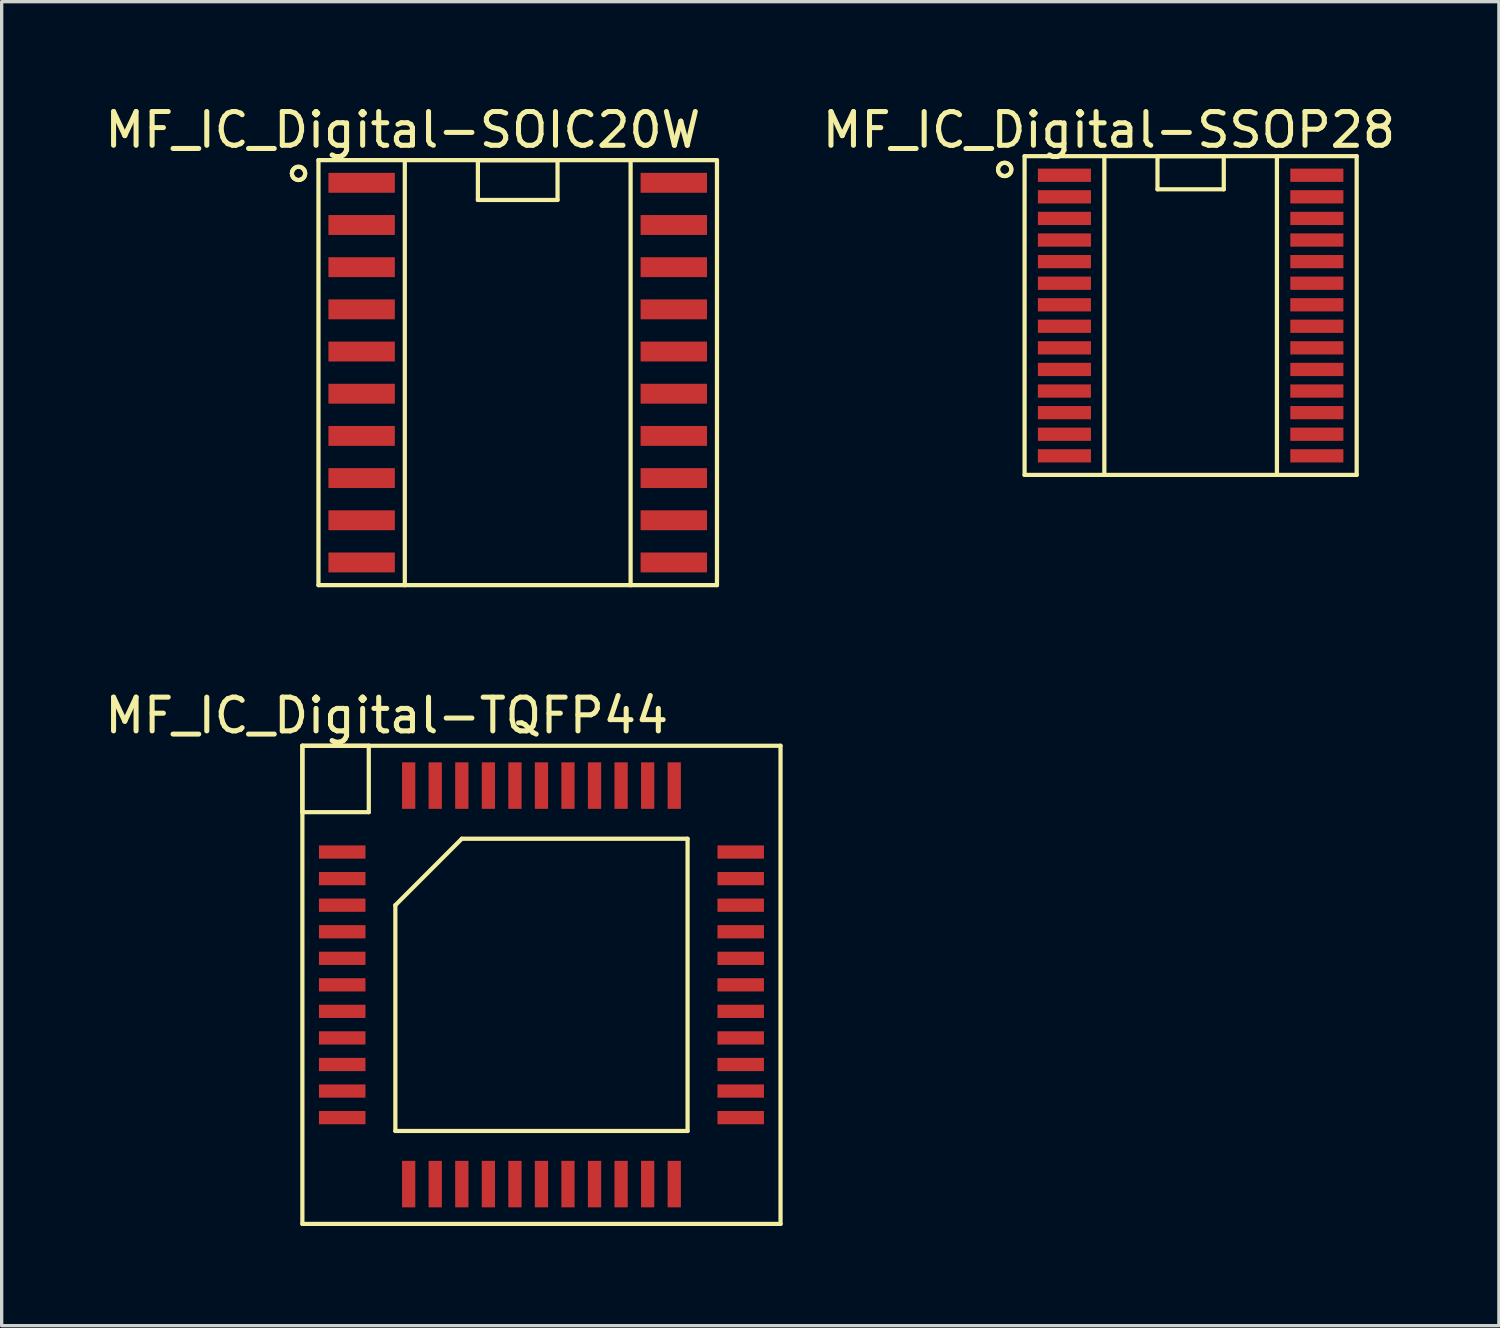
<source format=kicad_pcb>
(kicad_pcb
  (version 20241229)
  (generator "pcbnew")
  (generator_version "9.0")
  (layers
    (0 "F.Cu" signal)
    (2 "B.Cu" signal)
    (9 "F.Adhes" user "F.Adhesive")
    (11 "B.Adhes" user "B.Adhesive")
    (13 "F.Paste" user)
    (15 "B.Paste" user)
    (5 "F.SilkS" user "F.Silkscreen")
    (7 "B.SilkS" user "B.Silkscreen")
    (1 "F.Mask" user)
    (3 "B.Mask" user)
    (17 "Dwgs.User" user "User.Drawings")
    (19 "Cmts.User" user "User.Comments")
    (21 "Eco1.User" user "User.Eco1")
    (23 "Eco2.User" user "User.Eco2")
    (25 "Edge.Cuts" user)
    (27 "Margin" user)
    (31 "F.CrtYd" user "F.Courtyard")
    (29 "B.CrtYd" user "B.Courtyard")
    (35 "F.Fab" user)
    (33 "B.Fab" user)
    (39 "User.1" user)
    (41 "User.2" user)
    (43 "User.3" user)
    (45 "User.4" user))
  (footprint "MF_IC_Digital-SSOP28"
    (layer "F.Cu")
    (at 32.797 6.45)
    (property "Reference" "MF_IC_Digital-SSOP28" (at -2.459 -5.588 0) (layer "F.SilkS") (effects (font (size 1.016 1.016) (thickness 0.152))))
    (attr smd)
    (fp_line (start -5.799 -4.399) (end -5.791 -4.45) (stroke (width 0.127) (type solid)) (layer "F.SilkS"))
    (fp_line (start -5.791 -4.45) (end -5.771 -4.498) (stroke (width 0.127) (type solid)) (layer "F.SilkS"))
    (fp_line (start -5.791 -4.346) (end -5.799 -4.399) (stroke (width 0.127) (type solid)) (layer "F.SilkS"))
    (fp_line (start -5.771 -4.498) (end -5.74 -4.539) (stroke (width 0.127) (type solid)) (layer "F.SilkS"))
    (fp_line (start -5.771 -4.298) (end -5.791 -4.346) (stroke (width 0.127) (type solid)) (layer "F.SilkS"))
    (fp_line (start -5.74 -4.539) (end -5.7 -4.572) (stroke (width 0.127) (type solid)) (layer "F.SilkS"))
    (fp_line (start -5.74 -4.257) (end -5.771 -4.298) (stroke (width 0.127) (type solid)) (layer "F.SilkS"))
    (fp_line (start -5.7 -4.572) (end -5.652 -4.592) (stroke (width 0.127) (type solid)) (layer "F.SilkS"))
    (fp_line (start -5.7 -4.227) (end -5.74 -4.257) (stroke (width 0.127) (type solid)) (layer "F.SilkS"))
    (fp_line (start -5.652 -4.592) (end -5.598 -4.6) (stroke (width 0.127) (type solid)) (layer "F.SilkS"))
    (fp_line (start -5.652 -4.206) (end -5.7 -4.227) (stroke (width 0.127) (type solid)) (layer "F.SilkS"))
    (fp_line (start -5.598 -4.6) (end -5.547 -4.592) (stroke (width 0.127) (type solid)) (layer "F.SilkS"))
    (fp_line (start -5.598 -4.199) (end -5.652 -4.206) (stroke (width 0.127) (type solid)) (layer "F.SilkS"))
    (fp_line (start -5.547 -4.592) (end -5.499 -4.572) (stroke (width 0.127) (type solid)) (layer "F.SilkS"))
    (fp_line (start -5.547 -4.206) (end -5.598 -4.199) (stroke (width 0.127) (type solid)) (layer "F.SilkS"))
    (fp_line (start -5.499 -4.572) (end -5.458 -4.539) (stroke (width 0.127) (type solid)) (layer "F.SilkS"))
    (fp_line (start -5.499 -4.227) (end -5.547 -4.206) (stroke (width 0.127) (type solid)) (layer "F.SilkS"))
    (fp_line (start -5.458 -4.539) (end -5.425 -4.498) (stroke (width 0.127) (type solid)) (layer "F.SilkS"))
    (fp_line (start -5.458 -4.257) (end -5.499 -4.227) (stroke (width 0.127) (type solid)) (layer "F.SilkS"))
    (fp_line (start -5.425 -4.498) (end -5.405 -4.45) (stroke (width 0.127) (type solid)) (layer "F.SilkS"))
    (fp_line (start -5.425 -4.298) (end -5.458 -4.257) (stroke (width 0.127) (type solid)) (layer "F.SilkS"))
    (fp_line (start -5.405 -4.45) (end -5.397 -4.399) (stroke (width 0.127) (type solid)) (layer "F.SilkS"))
    (fp_line (start -5.405 -4.346) (end -5.425 -4.298) (stroke (width 0.127) (type solid)) (layer "F.SilkS"))
    (fp_line (start -5.397 -4.399) (end -5.405 -4.346) (stroke (width 0.127) (type solid)) (layer "F.SilkS"))
    (fp_line (start -4.999 -4.798) (end -2.598 -4.798) (stroke (width 0.127) (type solid)) (layer "F.SilkS"))
    (fp_line (start -4.999 4.798) (end -4.999 -4.798) (stroke (width 0.127) (type solid)) (layer "F.SilkS"))
    (fp_line (start -2.598 -4.798) (end -2.598 4.798) (stroke (width 0.127) (type solid)) (layer "F.SilkS"))
    (fp_line (start -2.598 -4.798) (end 2.598 -4.798) (stroke (width 0.127) (type solid)) (layer "F.SilkS"))
    (fp_line (start -2.598 4.798) (end -4.999 4.798) (stroke (width 0.127) (type solid)) (layer "F.SilkS"))
    (fp_line (start -0.998 -4.798) (end -0.998 -3.8) (stroke (width 0.127) (type solid)) (layer "F.SilkS"))
    (fp_line (start -0.998 -3.8) (end 0.998 -3.8) (stroke (width 0.127) (type solid)) (layer "F.SilkS"))
    (fp_line (start 0.998 -4.798) (end -0.998 -4.798) (stroke (width 0.127) (type solid)) (layer "F.SilkS"))
    (fp_line (start 0.998 -3.8) (end 0.998 -4.798) (stroke (width 0.127) (type solid)) (layer "F.SilkS"))
    (fp_line (start 2.598 -4.798) (end 2.598 4.798) (stroke (width 0.127) (type solid)) (layer "F.SilkS"))
    (fp_line (start 2.598 -4.798) (end 4.999 -4.798) (stroke (width 0.127) (type solid)) (layer "F.SilkS"))
    (fp_line (start 2.598 4.798) (end -2.598 4.798) (stroke (width 0.127) (type solid)) (layer "F.SilkS"))
    (fp_line (start 4.999 -4.798) (end 4.999 4.798) (stroke (width 0.127) (type solid)) (layer "F.SilkS"))
    (fp_line (start 4.999 4.798) (end 2.598 4.798) (stroke (width 0.127) (type solid)) (layer "F.SilkS"))
    (pad "1" smd rect (at -3.8 -4.224) (size 1.598 0.399) (layers "F.Cu" "F.Mask" "F.Paste"))
    (pad "2" smd rect (at -3.8 -3.574) (size 1.598 0.399) (layers "F.Cu" "F.Mask" "F.Paste"))
    (pad "3" smd rect (at -3.8 -2.924) (size 1.598 0.399) (layers "F.Cu" "F.Mask" "F.Paste"))
    (pad "4" smd rect (at -3.8 -2.273) (size 1.598 0.399) (layers "F.Cu" "F.Mask" "F.Paste"))
    (pad "5" smd rect (at -3.8 -1.623) (size 1.598 0.399) (layers "F.Cu" "F.Mask" "F.Paste"))
    (pad "6" smd rect (at -3.8 -0.973) (size 1.598 0.399) (layers "F.Cu" "F.Mask" "F.Paste"))
    (pad "7" smd rect (at -3.8 -0.323) (size 1.598 0.399) (layers "F.Cu" "F.Mask" "F.Paste"))
    (pad "8" smd rect (at -3.8 0.323) (size 1.598 0.399) (layers "F.Cu" "F.Mask" "F.Paste"))
    (pad "9" smd rect (at -3.8 0.973) (size 1.598 0.399) (layers "F.Cu" "F.Mask" "F.Paste"))
    (pad "10" smd rect (at -3.8 1.623) (size 1.598 0.399) (layers "F.Cu" "F.Mask" "F.Paste"))
    (pad "11" smd rect (at -3.8 2.273) (size 1.598 0.399) (layers "F.Cu" "F.Mask" "F.Paste"))
    (pad "12" smd rect (at -3.8 2.924) (size 1.598 0.399) (layers "F.Cu" "F.Mask" "F.Paste"))
    (pad "13" smd rect (at -3.8 3.574) (size 1.598 0.399) (layers "F.Cu" "F.Mask" "F.Paste"))
    (pad "14" smd rect (at -3.8 4.224) (size 1.598 0.399) (layers "F.Cu" "F.Mask" "F.Paste"))
    (pad "15" smd rect (at 3.8 4.224 180) (size 1.598 0.399) (layers "F.Cu" "F.Mask" "F.Paste"))
    (pad "16" smd rect (at 3.8 3.574 180) (size 1.598 0.399) (layers "F.Cu" "F.Mask" "F.Paste"))
    (pad "17" smd rect (at 3.8 2.924 180) (size 1.598 0.399) (layers "F.Cu" "F.Mask" "F.Paste"))
    (pad "18" smd rect (at 3.8 2.273 180) (size 1.598 0.399) (layers "F.Cu" "F.Mask" "F.Paste"))
    (pad "19" smd rect (at 3.8 1.623 180) (size 1.598 0.399) (layers "F.Cu" "F.Mask" "F.Paste"))
    (pad "20" smd rect (at 3.8 0.973 180) (size 1.598 0.399) (layers "F.Cu" "F.Mask" "F.Paste"))
    (pad "21" smd rect (at 3.8 0.323 180) (size 1.598 0.399) (layers "F.Cu" "F.Mask" "F.Paste"))
    (pad "22" smd rect (at 3.8 -0.323 180) (size 1.598 0.399) (layers "F.Cu" "F.Mask" "F.Paste"))
    (pad "23" smd rect (at 3.8 -0.973 180) (size 1.598 0.399) (layers "F.Cu" "F.Mask" "F.Paste"))
    (pad "24" smd rect (at 3.8 -1.623 180) (size 1.598 0.399) (layers "F.Cu" "F.Mask" "F.Paste"))
    (pad "25" smd rect (at 3.8 -2.273 180) (size 1.598 0.399) (layers "F.Cu" "F.Mask" "F.Paste"))
    (pad "26" smd rect (at 3.8 -2.924 180) (size 1.598 0.399) (layers "F.Cu" "F.Mask" "F.Paste"))
    (pad "27" smd rect (at 3.8 -3.574 180) (size 1.598 0.399) (layers "F.Cu" "F.Mask" "F.Paste"))
    (pad "28" smd rect (at 3.8 -4.224 180) (size 1.598 0.399) (layers "F.Cu" "F.Mask" "F.Paste")))
  (footprint "MF_IC_Digital-TQFP44"
    (layer "F.Cu")
    (at 13.252 26.601)
    (property "Reference" "MF_IC_Digital-TQFP44" (at -4.658 -8.108 0) (layer "F.SilkS") (effects (font (size 1.016 1.016) (thickness 0.152))))
    (attr smd)
    (fp_line (start -7.198 -7.198) (end -5.199 -7.198) (stroke (width 0.127) (type solid)) (layer "F.SilkS"))
    (fp_line (start -7.198 -7.198) (end 7.198 -7.198) (stroke (width 0.127) (type solid)) (layer "F.SilkS"))
    (fp_line (start -7.198 -5.199) (end -7.198 -7.198) (stroke (width 0.127) (type solid)) (layer "F.SilkS"))
    (fp_line (start -7.198 7.198) (end -7.198 -7.198) (stroke (width 0.127) (type solid)) (layer "F.SilkS"))
    (fp_line (start -5.199 -7.198) (end -5.199 -5.199) (stroke (width 0.127) (type solid)) (layer "F.SilkS"))
    (fp_line (start -5.199 -5.199) (end -7.198 -5.199) (stroke (width 0.127) (type solid)) (layer "F.SilkS"))
    (fp_line (start -4.399 -2.398) (end -4.399 4.399) (stroke (width 0.127) (type solid)) (layer "F.SilkS"))
    (fp_line (start -4.399 4.399) (end 4.399 4.399) (stroke (width 0.127) (type solid)) (layer "F.SilkS"))
    (fp_line (start -2.398 -4.399) (end -4.399 -2.398) (stroke (width 0.127) (type solid)) (layer "F.SilkS"))
    (fp_line (start 4.399 -4.399) (end -2.398 -4.399) (stroke (width 0.127) (type solid)) (layer "F.SilkS"))
    (fp_line (start 4.399 4.399) (end 4.399 -4.399) (stroke (width 0.127) (type solid)) (layer "F.SilkS"))
    (fp_line (start 7.198 -7.198) (end 7.198 7.198) (stroke (width 0.127) (type solid)) (layer "F.SilkS"))
    (fp_line (start 7.198 7.198) (end -7.198 7.198) (stroke (width 0.127) (type solid)) (layer "F.SilkS"))
    (pad "1" smd rect (at -5.999 -3.998) (size 1.4 0.399) (layers "F.Cu" "F.Mask" "F.Paste"))
    (pad "2" smd rect (at -5.999 -3.198) (size 1.4 0.399) (layers "F.Cu" "F.Mask" "F.Paste"))
    (pad "3" smd rect (at -5.999 -2.398) (size 1.4 0.399) (layers "F.Cu" "F.Mask" "F.Paste"))
    (pad "4" smd rect (at -5.999 -1.598) (size 1.4 0.399) (layers "F.Cu" "F.Mask" "F.Paste"))
    (pad "5" smd rect (at -5.999 -0.798) (size 1.4 0.399) (layers "F.Cu" "F.Mask" "F.Paste"))
    (pad "6" smd rect (at -5.999 0) (size 1.4 0.399) (layers "F.Cu" "F.Mask" "F.Paste"))
    (pad "7" smd rect (at -5.999 0.798) (size 1.4 0.399) (layers "F.Cu" "F.Mask" "F.Paste"))
    (pad "8" smd rect (at -5.999 1.598) (size 1.4 0.399) (layers "F.Cu" "F.Mask" "F.Paste"))
    (pad "9" smd rect (at -5.999 2.398) (size 1.4 0.399) (layers "F.Cu" "F.Mask" "F.Paste"))
    (pad "10" smd rect (at -5.999 3.198) (size 1.4 0.399) (layers "F.Cu" "F.Mask" "F.Paste"))
    (pad "11" smd rect (at -5.999 3.998) (size 1.4 0.399) (layers "F.Cu" "F.Mask" "F.Paste"))
    (pad "12" smd rect (at -3.998 5.999 90) (size 1.4 0.399) (layers "F.Cu" "F.Mask" "F.Paste"))
    (pad "13" smd rect (at -3.198 5.999 90) (size 1.4 0.399) (layers "F.Cu" "F.Mask" "F.Paste"))
    (pad "14" smd rect (at -2.398 5.999 90) (size 1.4 0.399) (layers "F.Cu" "F.Mask" "F.Paste"))
    (pad "15" smd rect (at -1.598 5.999 90) (size 1.4 0.399) (layers "F.Cu" "F.Mask" "F.Paste"))
    (pad "16" smd rect (at -0.798 5.999 90) (size 1.4 0.399) (layers "F.Cu" "F.Mask" "F.Paste"))
    (pad "17" smd rect (at 0 5.999 90) (size 1.4 0.399) (layers "F.Cu" "F.Mask" "F.Paste"))
    (pad "18" smd rect (at 0.798 5.999 90) (size 1.4 0.399) (layers "F.Cu" "F.Mask" "F.Paste"))
    (pad "19" smd rect (at 1.598 5.999 90) (size 1.4 0.399) (layers "F.Cu" "F.Mask" "F.Paste"))
    (pad "20" smd rect (at 2.398 5.999 90) (size 1.4 0.399) (layers "F.Cu" "F.Mask" "F.Paste"))
    (pad "21" smd rect (at 3.198 5.999 90) (size 1.4 0.399) (layers "F.Cu" "F.Mask" "F.Paste"))
    (pad "22" smd rect (at 3.998 5.999 90) (size 1.4 0.399) (layers "F.Cu" "F.Mask" "F.Paste"))
    (pad "23" smd rect (at 5.999 3.998 180) (size 1.4 0.399) (layers "F.Cu" "F.Mask" "F.Paste"))
    (pad "24" smd rect (at 5.999 3.198 180) (size 1.4 0.399) (layers "F.Cu" "F.Mask" "F.Paste"))
    (pad "25" smd rect (at 5.999 2.398 180) (size 1.4 0.399) (layers "F.Cu" "F.Mask" "F.Paste"))
    (pad "26" smd rect (at 5.999 1.598 180) (size 1.4 0.399) (layers "F.Cu" "F.Mask" "F.Paste"))
    (pad "27" smd rect (at 5.999 0.798 180) (size 1.4 0.399) (layers "F.Cu" "F.Mask" "F.Paste"))
    (pad "28" smd rect (at 5.999 0 180) (size 1.4 0.399) (layers "F.Cu" "F.Mask" "F.Paste"))
    (pad "29" smd rect (at 5.999 -0.798 180) (size 1.4 0.399) (layers "F.Cu" "F.Mask" "F.Paste"))
    (pad "30" smd rect (at 5.999 -1.598 180) (size 1.4 0.399) (layers "F.Cu" "F.Mask" "F.Paste"))
    (pad "31" smd rect (at 5.999 -2.398 180) (size 1.4 0.399) (layers "F.Cu" "F.Mask" "F.Paste"))
    (pad "32" smd rect (at 5.999 -3.198 180) (size 1.4 0.399) (layers "F.Cu" "F.Mask" "F.Paste"))
    (pad "33" smd rect (at 5.999 -3.998 180) (size 1.4 0.399) (layers "F.Cu" "F.Mask" "F.Paste"))
    (pad "34" smd rect (at 3.998 -5.999 270) (size 1.4 0.399) (layers "F.Cu" "F.Mask" "F.Paste"))
    (pad "35" smd rect (at 3.198 -5.999 270) (size 1.4 0.399) (layers "F.Cu" "F.Mask" "F.Paste"))
    (pad "36" smd rect (at 2.398 -5.999 270) (size 1.4 0.399) (layers "F.Cu" "F.Mask" "F.Paste"))
    (pad "37" smd rect (at 1.598 -5.999 270) (size 1.4 0.399) (layers "F.Cu" "F.Mask" "F.Paste"))
    (pad "38" smd rect (at 0.798 -5.999 270) (size 1.4 0.399) (layers "F.Cu" "F.Mask" "F.Paste"))
    (pad "39" smd rect (at 0 -5.999 270) (size 1.4 0.399) (layers "F.Cu" "F.Mask" "F.Paste"))
    (pad "40" smd rect (at -0.798 -5.999 270) (size 1.4 0.399) (layers "F.Cu" "F.Mask" "F.Paste"))
    (pad "41" smd rect (at -1.598 -5.999 270) (size 1.4 0.399) (layers "F.Cu" "F.Mask" "F.Paste"))
    (pad "42" smd rect (at -2.398 -5.999 270) (size 1.4 0.399) (layers "F.Cu" "F.Mask" "F.Paste"))
    (pad "43" smd rect (at -3.198 -5.999 270) (size 1.4 0.399) (layers "F.Cu" "F.Mask" "F.Paste"))
    (pad "44" smd rect (at -3.998 -5.999 270) (size 1.4 0.399) (layers "F.Cu" "F.Mask" "F.Paste")))
  (footprint "MF_IC_Digital-SOIC20W"
    (layer "F.Cu")
    (at 12.537 8.169)
    (property "Reference" "MF_IC_Digital-SOIC20W" (at -3.459 -7.308 0) (layer "F.SilkS") (effects (font (size 1.016 1.016) (thickness 0.152))))
    (attr smd)
    (fp_line (start -6.8 -5.999) (end -6.792 -6.05) (stroke (width 0.127) (type solid)) (layer "F.SilkS"))
    (fp_line (start -6.792 -6.05) (end -6.772 -6.099) (stroke (width 0.127) (type solid)) (layer "F.SilkS"))
    (fp_line (start -6.792 -5.946) (end -6.8 -5.999) (stroke (width 0.127) (type solid)) (layer "F.SilkS"))
    (fp_line (start -6.772 -6.099) (end -6.741 -6.139) (stroke (width 0.127) (type solid)) (layer "F.SilkS"))
    (fp_line (start -6.772 -5.898) (end -6.792 -5.946) (stroke (width 0.127) (type solid)) (layer "F.SilkS"))
    (fp_line (start -6.741 -6.139) (end -6.698 -6.172) (stroke (width 0.127) (type solid)) (layer "F.SilkS"))
    (fp_line (start -6.741 -5.857) (end -6.772 -5.898) (stroke (width 0.127) (type solid)) (layer "F.SilkS"))
    (fp_line (start -6.698 -6.172) (end -6.65 -6.193) (stroke (width 0.127) (type solid)) (layer "F.SilkS"))
    (fp_line (start -6.698 -5.827) (end -6.741 -5.857) (stroke (width 0.127) (type solid)) (layer "F.SilkS"))
    (fp_line (start -6.65 -6.193) (end -6.599 -6.198) (stroke (width 0.127) (type solid)) (layer "F.SilkS"))
    (fp_line (start -6.65 -5.806) (end -6.698 -5.827) (stroke (width 0.127) (type solid)) (layer "F.SilkS"))
    (fp_line (start -6.599 -6.198) (end -6.548 -6.193) (stroke (width 0.127) (type solid)) (layer "F.SilkS"))
    (fp_line (start -6.599 -5.799) (end -6.65 -5.806) (stroke (width 0.127) (type solid)) (layer "F.SilkS"))
    (fp_line (start -6.548 -6.193) (end -6.5 -6.172) (stroke (width 0.127) (type solid)) (layer "F.SilkS"))
    (fp_line (start -6.548 -5.806) (end -6.599 -5.799) (stroke (width 0.127) (type solid)) (layer "F.SilkS"))
    (fp_line (start -6.5 -6.172) (end -6.457 -6.139) (stroke (width 0.127) (type solid)) (layer "F.SilkS"))
    (fp_line (start -6.5 -5.827) (end -6.548 -5.806) (stroke (width 0.127) (type solid)) (layer "F.SilkS"))
    (fp_line (start -6.457 -6.139) (end -6.426 -6.099) (stroke (width 0.127) (type solid)) (layer "F.SilkS"))
    (fp_line (start -6.457 -5.857) (end -6.5 -5.827) (stroke (width 0.127) (type solid)) (layer "F.SilkS"))
    (fp_line (start -6.426 -6.099) (end -6.406 -6.05) (stroke (width 0.127) (type solid)) (layer "F.SilkS"))
    (fp_line (start -6.426 -5.898) (end -6.457 -5.857) (stroke (width 0.127) (type solid)) (layer "F.SilkS"))
    (fp_line (start -6.406 -6.05) (end -6.398 -5.999) (stroke (width 0.127) (type solid)) (layer "F.SilkS"))
    (fp_line (start -6.406 -5.946) (end -6.426 -5.898) (stroke (width 0.127) (type solid)) (layer "F.SilkS"))
    (fp_line (start -6.398 -5.999) (end -6.406 -5.946) (stroke (width 0.127) (type solid)) (layer "F.SilkS"))
    (fp_line (start -5.999 -6.398) (end -3.399 -6.398) (stroke (width 0.127) (type solid)) (layer "F.SilkS"))
    (fp_line (start -5.999 6.398) (end -5.999 -6.398) (stroke (width 0.127) (type solid)) (layer "F.SilkS"))
    (fp_line (start -3.399 -6.398) (end -3.399 6.398) (stroke (width 0.127) (type solid)) (layer "F.SilkS"))
    (fp_line (start -3.399 -6.398) (end 3.399 -6.398) (stroke (width 0.127) (type solid)) (layer "F.SilkS"))
    (fp_line (start -3.399 6.398) (end -5.999 6.398) (stroke (width 0.127) (type solid)) (layer "F.SilkS"))
    (fp_line (start -1.199 -6.398) (end -1.199 -5.199) (stroke (width 0.127) (type solid)) (layer "F.SilkS"))
    (fp_line (start -1.199 -5.199) (end 1.199 -5.199) (stroke (width 0.127) (type solid)) (layer "F.SilkS"))
    (fp_line (start 1.199 -6.398) (end -1.199 -6.398) (stroke (width 0.127) (type solid)) (layer "F.SilkS"))
    (fp_line (start 1.199 -5.199) (end 1.199 -6.398) (stroke (width 0.127) (type solid)) (layer "F.SilkS"))
    (fp_line (start 3.399 -6.398) (end 3.399 6.398) (stroke (width 0.127) (type solid)) (layer "F.SilkS"))
    (fp_line (start 3.399 -6.398) (end 5.999 -6.398) (stroke (width 0.127) (type solid)) (layer "F.SilkS"))
    (fp_line (start 3.399 6.398) (end -3.399 6.398) (stroke (width 0.127) (type solid)) (layer "F.SilkS"))
    (fp_line (start 5.999 -6.398) (end 5.999 6.398) (stroke (width 0.127) (type solid)) (layer "F.SilkS"))
    (fp_line (start 5.999 6.398) (end 3.399 6.398) (stroke (width 0.127) (type solid)) (layer "F.SilkS"))
    (pad "1" smd rect (at -4.699 -5.715 270) (size 0.599 1.999) (layers "F.Cu" "F.Mask" "F.Paste"))
    (pad "2" smd rect (at -4.699 -4.445 270) (size 0.599 1.999) (layers "F.Cu" "F.Mask" "F.Paste"))
    (pad "3" smd rect (at -4.699 -3.175 270) (size 0.599 1.999) (layers "F.Cu" "F.Mask" "F.Paste"))
    (pad "4" smd rect (at -4.699 -1.905 270) (size 0.599 1.999) (layers "F.Cu" "F.Mask" "F.Paste"))
    (pad "5" smd rect (at -4.699 -0.635 270) (size 0.599 1.999) (layers "F.Cu" "F.Mask" "F.Paste"))
    (pad "6" smd rect (at -4.699 0.635 270) (size 0.599 1.999) (layers "F.Cu" "F.Mask" "F.Paste"))
    (pad "7" smd rect (at -4.699 1.905 270) (size 0.599 1.999) (layers "F.Cu" "F.Mask" "F.Paste"))
    (pad "8" smd rect (at -4.699 3.175 270) (size 0.599 1.999) (layers "F.Cu" "F.Mask" "F.Paste"))
    (pad "9" smd rect (at -4.699 4.445 270) (size 0.599 1.999) (layers "F.Cu" "F.Mask" "F.Paste"))
    (pad "10" smd rect (at -4.699 5.715 270) (size 0.599 1.999) (layers "F.Cu" "F.Mask" "F.Paste"))
    (pad "11" smd rect (at 4.699 5.715 90) (size 0.599 1.999) (layers "F.Cu" "F.Mask" "F.Paste"))
    (pad "12" smd rect (at 4.699 4.445 90) (size 0.599 1.999) (layers "F.Cu" "F.Mask" "F.Paste"))
    (pad "13" smd rect (at 4.699 3.175 90) (size 0.599 1.999) (layers "F.Cu" "F.Mask" "F.Paste"))
    (pad "14" smd rect (at 4.699 1.905 90) (size 0.599 1.999) (layers "F.Cu" "F.Mask" "F.Paste"))
    (pad "15" smd rect (at 4.699 0.635 270) (size 0.599 1.999) (layers "F.Cu" "F.Mask" "F.Paste"))
    (pad "16" smd rect (at 4.699 -0.635 270) (size 0.599 1.999) (layers "F.Cu" "F.Mask" "F.Paste"))
    (pad "17" smd rect (at 4.699 -1.905 270) (size 0.599 1.999) (layers "F.Cu" "F.Mask" "F.Paste"))
    (pad "18" smd rect (at 4.699 -3.175 270) (size 0.599 1.999) (layers "F.Cu" "F.Mask" "F.Paste"))
    (pad "19" smd rect (at 4.699 -4.445 270) (size 0.599 1.999) (layers "F.Cu" "F.Mask" "F.Paste"))
    (pad "20" smd rect (at 4.699 -5.715 270) (size 0.599 1.999) (layers "F.Cu" "F.Mask" "F.Paste")))
  (gr_rect
    (start -3 -3)
    (end 42.078 36.863)
    (stroke (width 0.1) (type default))
    (fill no)
    (layer "Edge.Cuts")))
</source>
